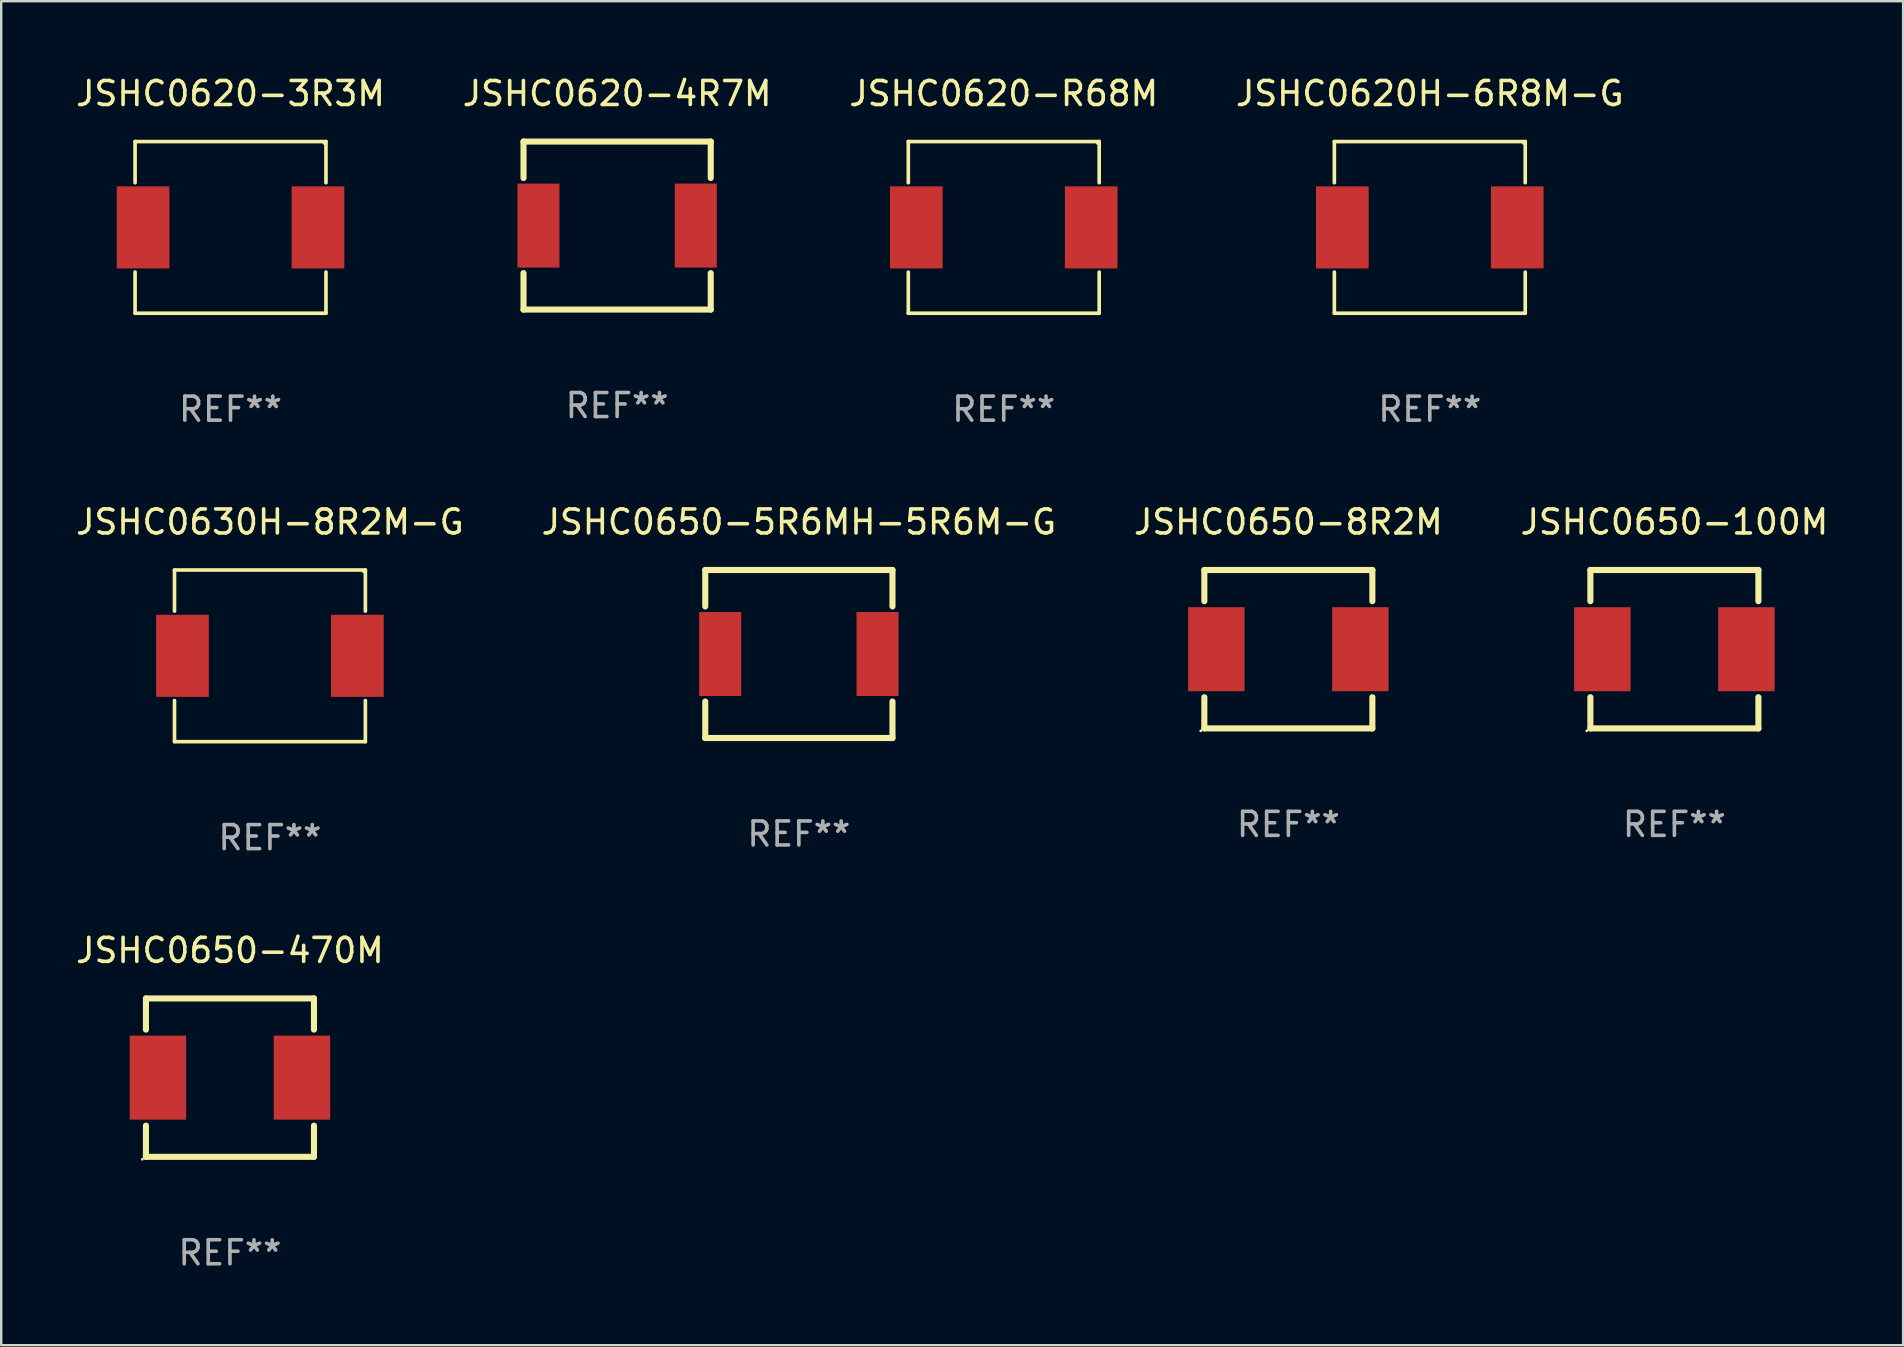
<source format=kicad_pcb>
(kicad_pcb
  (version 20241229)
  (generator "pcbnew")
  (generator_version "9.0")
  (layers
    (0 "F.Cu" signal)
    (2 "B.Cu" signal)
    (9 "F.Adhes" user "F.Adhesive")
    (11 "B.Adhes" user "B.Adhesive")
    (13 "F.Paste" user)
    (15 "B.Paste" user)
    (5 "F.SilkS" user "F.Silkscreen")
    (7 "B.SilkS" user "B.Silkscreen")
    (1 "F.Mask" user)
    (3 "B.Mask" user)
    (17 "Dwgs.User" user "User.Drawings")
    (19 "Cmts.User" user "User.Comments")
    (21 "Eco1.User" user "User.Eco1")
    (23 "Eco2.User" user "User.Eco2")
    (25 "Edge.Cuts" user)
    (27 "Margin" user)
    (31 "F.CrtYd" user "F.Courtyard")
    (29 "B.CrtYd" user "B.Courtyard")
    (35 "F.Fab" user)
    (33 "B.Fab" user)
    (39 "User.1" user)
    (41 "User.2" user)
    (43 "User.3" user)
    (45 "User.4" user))
  (footprint "JSHC0650-5R6MH-5R6M-G"
    (layer "F.Cu")
    (at 30.232 24.197)
    (property "Reference" "JSHC0650-5R6MH-5R6M-G" (at 0 -5.5 0) (layer "F.SilkS") (effects (font (size 1 1) (thickness 0.15))))
    (attr through_hole)
    (fp_line (start -3.9 -3.5) (end -3.9 -1.981) (stroke (width 0.254) (type solid)) (layer "F.SilkS"))
    (fp_line (start -3.9 -3.5) (end 3.9 -3.5) (stroke (width 0.254) (type solid)) (layer "F.SilkS"))
    (fp_line (start -3.9 1.981) (end -3.9 3.5) (stroke (width 0.254) (type solid)) (layer "F.SilkS"))
    (fp_line (start -3.9 3.5) (end 3.9 3.5) (stroke (width 0.254) (type solid)) (layer "F.SilkS"))
    (fp_line (start 3.9 -3.5) (end 3.9 -1.981) (stroke (width 0.254) (type solid)) (layer "F.SilkS"))
    (fp_line (start 3.9 1.981) (end 3.9 3.5) (stroke (width 0.254) (type solid)) (layer "F.SilkS"))
    (fp_circle (center -3.9 3.5) (end -3.87 3.5) (stroke (width 0.06) (type solid)) (fill no) (layer "F.SilkS"))
    (fp_text user "REF**" (at 0 7.5 0) (layer "F.Fab") (effects (font (size 1 1) (thickness 0.15))))
    (pad "1" smd rect (at -3.277 0 90) (size 3.5 1.75) (layers "F.Cu" "F.Mask" "F.Paste"))
    (pad "2" smd rect (at 3.277 0 90) (size 3.5 1.75) (layers "F.Cu" "F.Mask" "F.Paste")))
  (footprint "JSHC0650-470M"
    (layer "F.Cu")
    (at 6.53 41.846)
    (property "Reference" "JSHC0650-470M" (at 0 -5.3 0) (layer "F.SilkS") (effects (font (size 1 1) (thickness 0.15))))
    (attr through_hole)
    (fp_line (start -3.5 3.3) (end 3.5 3.3) (stroke (width 0.254) (type solid)) (layer "F.SilkS"))
    (fp_line (start -3.5 -3.3) (end -3.5 -2) (stroke (width 0.254) (type solid)) (layer "F.SilkS"))
    (fp_line (start -3.5 -3.3) (end 3.5 -3.3) (stroke (width 0.254) (type solid)) (layer "F.SilkS"))
    (fp_line (start -3.5 2) (end -3.5 3.3) (stroke (width 0.254) (type solid)) (layer "F.SilkS"))
    (fp_line (start 3.5 -3.3) (end 3.5 -2) (stroke (width 0.254) (type solid)) (layer "F.SilkS"))
    (fp_line (start 3.5 2) (end 3.5 3.3) (stroke (width 0.254) (type solid)) (layer "F.SilkS"))
    (fp_circle (center -3.65 3.4) (end -3.62 3.4) (stroke (width 0.06) (type solid)) (fill no) (layer "F.SilkS"))
    (fp_text user "REF**" (at 0 7.3 0) (layer "F.Fab") (effects (font (size 1 1) (thickness 0.15))))
    (pad "1" smd rect (at -3 0) (size 2.35 3.5) (layers "F.Cu" "F.Mask" "F.Paste"))
    (pad "2" smd rect (at 3 0) (size 2.35 3.5) (layers "F.Cu" "F.Mask" "F.Paste")))
  (footprint "JSHC0620-3R3M"
    (layer "F.Cu")
    (at 6.554 6.424)
    (property "Reference" "JSHC0620-3R3M" (at 0 -5.576 0) (layer "F.SilkS") (effects (font (size 1 1) (thickness 0.15))))
    (attr through_hole)
    (fp_line (start -3.976 -3.576) (end 3.976 -3.576) (stroke (width 0.152) (type solid)) (layer "F.SilkS"))
    (fp_line (start -3.976 -1.862) (end -3.976 -3.576) (stroke (width 0.152) (type solid)) (layer "F.SilkS"))
    (fp_line (start -3.976 1.862) (end -3.976 3.576) (stroke (width 0.152) (type solid)) (layer "F.SilkS"))
    (fp_line (start -3.976 3.576) (end 3.976 3.576) (stroke (width 0.152) (type solid)) (layer "F.SilkS"))
    (fp_line (start 3.976 -3.576) (end 3.976 -1.862) (stroke (width 0.152) (type solid)) (layer "F.SilkS"))
    (fp_line (start 3.976 3.576) (end 3.976 1.862) (stroke (width 0.152) (type solid)) (layer "F.SilkS"))
    (fp_circle (center 3.9 -3.5) (end 3.93 -3.5) (stroke (width 0.06) (type solid)) (fill no) (layer "F.SilkS"))
    (fp_text user "REF**" (at 0 7.576 0) (layer "F.Fab") (effects (font (size 1 1) (thickness 0.15))))
    (pad "1" smd rect (at 3.643 0) (size 2.194 3.42) (layers "F.Cu" "F.Mask" "F.Paste"))
    (pad "2" smd rect (at -3.643 0) (size 2.194 3.42) (layers "F.Cu" "F.Mask" "F.Paste")))
  (footprint "JSHC0630H-8R2M-G"
    (layer "F.Cu")
    (at 8.196 24.273)
    (property "Reference" "JSHC0630H-8R2M-G" (at 0 -5.576 0) (layer "F.SilkS") (effects (font (size 1 1) (thickness 0.15))))
    (attr through_hole)
    (fp_line (start -3.976 -3.576) (end 3.976 -3.576) (stroke (width 0.152) (type solid)) (layer "F.SilkS"))
    (fp_line (start -3.976 -1.862) (end -3.976 -3.576) (stroke (width 0.152) (type solid)) (layer "F.SilkS"))
    (fp_line (start -3.976 1.862) (end -3.976 3.576) (stroke (width 0.152) (type solid)) (layer "F.SilkS"))
    (fp_line (start -3.976 3.576) (end 3.976 3.576) (stroke (width 0.152) (type solid)) (layer "F.SilkS"))
    (fp_line (start 3.976 -3.576) (end 3.976 -1.862) (stroke (width 0.152) (type solid)) (layer "F.SilkS"))
    (fp_line (start 3.976 3.576) (end 3.976 1.862) (stroke (width 0.152) (type solid)) (layer "F.SilkS"))
    (fp_circle (center 3.9 -3.5) (end 3.93 -3.5) (stroke (width 0.06) (type solid)) (fill no) (layer "F.SilkS"))
    (fp_text user "REF**" (at 0 7.576 0) (layer "F.Fab") (effects (font (size 1 1) (thickness 0.15))))
    (pad "1" smd rect (at 3.643 0) (size 2.194 3.42) (layers "F.Cu" "F.Mask" "F.Paste"))
    (pad "2" smd rect (at -3.643 0) (size 2.194 3.42) (layers "F.Cu" "F.Mask" "F.Paste")))
  (footprint "JSHC0620-R68M"
    (layer "F.Cu")
    (at 38.768 6.424)
    (property "Reference" "JSHC0620-R68M" (at 0 -5.576 0) (layer "F.SilkS") (effects (font (size 1 1) (thickness 0.15))))
    (attr through_hole)
    (fp_line (start -3.976 -3.576) (end 3.976 -3.576) (stroke (width 0.152) (type solid)) (layer "F.SilkS"))
    (fp_line (start -3.976 -1.862) (end -3.976 -3.576) (stroke (width 0.152) (type solid)) (layer "F.SilkS"))
    (fp_line (start -3.976 1.862) (end -3.976 3.576) (stroke (width 0.152) (type solid)) (layer "F.SilkS"))
    (fp_line (start -3.976 3.576) (end 3.976 3.576) (stroke (width 0.152) (type solid)) (layer "F.SilkS"))
    (fp_line (start 3.976 -3.576) (end 3.976 -1.862) (stroke (width 0.152) (type solid)) (layer "F.SilkS"))
    (fp_line (start 3.976 3.576) (end 3.976 1.862) (stroke (width 0.152) (type solid)) (layer "F.SilkS"))
    (fp_circle (center 3.9 -3.5) (end 3.93 -3.5) (stroke (width 0.06) (type solid)) (fill no) (layer "F.SilkS"))
    (fp_text user "REF**" (at 0 7.576 0) (layer "F.Fab") (effects (font (size 1 1) (thickness 0.15))))
    (pad "1" smd rect (at 3.643 0) (size 2.194 3.42) (layers "F.Cu" "F.Mask" "F.Paste"))
    (pad "2" smd rect (at -3.643 0) (size 2.194 3.42) (layers "F.Cu" "F.Mask" "F.Paste")))
  (footprint "JSHC0650-8R2M"
    (layer "F.Cu")
    (at 50.625 23.997)
    (property "Reference" "JSHC0650-8R2M" (at 0 -5.3 0) (layer "F.SilkS") (effects (font (size 1 1) (thickness 0.15))))
    (attr through_hole)
    (fp_line (start -3.5 3.3) (end 3.5 3.3) (stroke (width 0.254) (type solid)) (layer "F.SilkS"))
    (fp_line (start -3.5 -3.3) (end -3.5 -2) (stroke (width 0.254) (type solid)) (layer "F.SilkS"))
    (fp_line (start -3.5 -3.3) (end 3.5 -3.3) (stroke (width 0.254) (type solid)) (layer "F.SilkS"))
    (fp_line (start -3.5 2) (end -3.5 3.3) (stroke (width 0.254) (type solid)) (layer "F.SilkS"))
    (fp_line (start 3.5 -3.3) (end 3.5 -2) (stroke (width 0.254) (type solid)) (layer "F.SilkS"))
    (fp_line (start 3.5 2) (end 3.5 3.3) (stroke (width 0.254) (type solid)) (layer "F.SilkS"))
    (fp_circle (center -3.65 3.4) (end -3.62 3.4) (stroke (width 0.06) (type solid)) (fill no) (layer "F.SilkS"))
    (fp_text user "REF**" (at 0 7.3 0) (layer "F.Fab") (effects (font (size 1 1) (thickness 0.15))))
    (pad "1" smd rect (at -3 0) (size 2.35 3.5) (layers "F.Cu" "F.Mask" "F.Paste"))
    (pad "2" smd rect (at 3 0) (size 2.35 3.5) (layers "F.Cu" "F.Mask" "F.Paste")))
  (footprint "JSHC0620H-6R8M-G"
    (layer "F.Cu")
    (at 56.518 6.424)
    (property "Reference" "JSHC0620H-6R8M-G" (at 0 -5.576 0) (layer "F.SilkS") (effects (font (size 1 1) (thickness 0.15))))
    (attr through_hole)
    (fp_line (start -3.976 -3.576) (end 3.976 -3.576) (stroke (width 0.152) (type solid)) (layer "F.SilkS"))
    (fp_line (start -3.976 -1.862) (end -3.976 -3.576) (stroke (width 0.152) (type solid)) (layer "F.SilkS"))
    (fp_line (start -3.976 1.862) (end -3.976 3.576) (stroke (width 0.152) (type solid)) (layer "F.SilkS"))
    (fp_line (start -3.976 3.576) (end 3.976 3.576) (stroke (width 0.152) (type solid)) (layer "F.SilkS"))
    (fp_line (start 3.976 -3.576) (end 3.976 -1.862) (stroke (width 0.152) (type solid)) (layer "F.SilkS"))
    (fp_line (start 3.976 3.576) (end 3.976 1.862) (stroke (width 0.152) (type solid)) (layer "F.SilkS"))
    (fp_circle (center 3.9 -3.5) (end 3.93 -3.5) (stroke (width 0.06) (type solid)) (fill no) (layer "F.SilkS"))
    (fp_text user "REF**" (at 0 7.576 0) (layer "F.Fab") (effects (font (size 1 1) (thickness 0.15))))
    (pad "1" smd rect (at 3.643 0) (size 2.194 3.42) (layers "F.Cu" "F.Mask" "F.Paste"))
    (pad "2" smd rect (at -3.643 0) (size 2.194 3.42) (layers "F.Cu" "F.Mask" "F.Paste")))
  (footprint "JSHC0650-100M"
    (layer "F.Cu")
    (at 66.708 23.997)
    (property "Reference" "JSHC0650-100M" (at 0 -5.3 0) (layer "F.SilkS") (effects (font (size 1 1) (thickness 0.15))))
    (attr through_hole)
    (fp_line (start -3.5 3.3) (end 3.5 3.3) (stroke (width 0.254) (type solid)) (layer "F.SilkS"))
    (fp_line (start -3.5 -3.3) (end -3.5 -2) (stroke (width 0.254) (type solid)) (layer "F.SilkS"))
    (fp_line (start -3.5 -3.3) (end 3.5 -3.3) (stroke (width 0.254) (type solid)) (layer "F.SilkS"))
    (fp_line (start -3.5 2) (end -3.5 3.3) (stroke (width 0.254) (type solid)) (layer "F.SilkS"))
    (fp_line (start 3.5 -3.3) (end 3.5 -2) (stroke (width 0.254) (type solid)) (layer "F.SilkS"))
    (fp_line (start 3.5 2) (end 3.5 3.3) (stroke (width 0.254) (type solid)) (layer "F.SilkS"))
    (fp_circle (center -3.65 3.4) (end -3.62 3.4) (stroke (width 0.06) (type solid)) (fill no) (layer "F.SilkS"))
    (fp_text user "REF**" (at 0 7.3 0) (layer "F.Fab") (effects (font (size 1 1) (thickness 0.15))))
    (pad "1" smd rect (at -3 0) (size 2.35 3.5) (layers "F.Cu" "F.Mask" "F.Paste"))
    (pad "2" smd rect (at 3 0) (size 2.35 3.5) (layers "F.Cu" "F.Mask" "F.Paste")))
  (footprint "JSHC0620-4R7M"
    (layer "F.Cu")
    (at 22.661 6.348)
    (property "Reference" "JSHC0620-4R7M" (at 0 -5.5 0) (layer "F.SilkS") (effects (font (size 1 1) (thickness 0.15))))
    (attr through_hole)
    (fp_line (start -3.9 -3.5) (end -3.9 -1.981) (stroke (width 0.254) (type solid)) (layer "F.SilkS"))
    (fp_line (start -3.9 -3.5) (end 3.9 -3.5) (stroke (width 0.254) (type solid)) (layer "F.SilkS"))
    (fp_line (start -3.9 1.981) (end -3.9 3.5) (stroke (width 0.254) (type solid)) (layer "F.SilkS"))
    (fp_line (start -3.9 3.5) (end 3.9 3.5) (stroke (width 0.254) (type solid)) (layer "F.SilkS"))
    (fp_line (start 3.9 -3.5) (end 3.9 -1.981) (stroke (width 0.254) (type solid)) (layer "F.SilkS"))
    (fp_line (start 3.9 1.981) (end 3.9 3.5) (stroke (width 0.254) (type solid)) (layer "F.SilkS"))
    (fp_circle (center -3.9 3.5) (end -3.87 3.5) (stroke (width 0.06) (type solid)) (fill no) (layer "F.SilkS"))
    (fp_text user "REF**" (at 0 7.5 0) (layer "F.Fab") (effects (font (size 1 1) (thickness 0.15))))
    (pad "1" smd rect (at -3.277 0 90) (size 3.5 1.75) (layers "F.Cu" "F.Mask" "F.Paste"))
    (pad "2" smd rect (at 3.277 0 90) (size 3.5 1.75) (layers "F.Cu" "F.Mask" "F.Paste")))
  (gr_rect
    (start -3 -3)
    (end 76.238 52.994)
    (stroke (width 0.1) (type default))
    (fill no)
    (layer "Edge.Cuts")))
</source>
